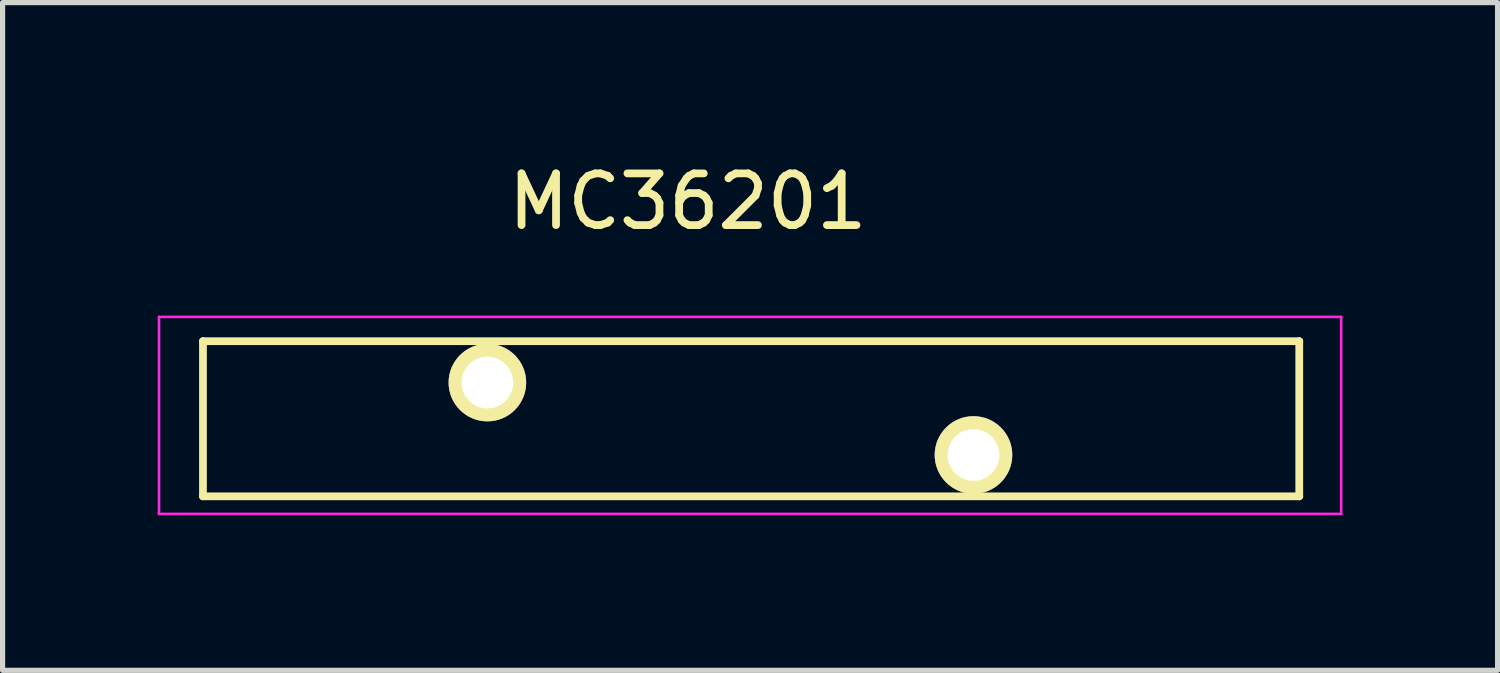
<source format=kicad_pcb>
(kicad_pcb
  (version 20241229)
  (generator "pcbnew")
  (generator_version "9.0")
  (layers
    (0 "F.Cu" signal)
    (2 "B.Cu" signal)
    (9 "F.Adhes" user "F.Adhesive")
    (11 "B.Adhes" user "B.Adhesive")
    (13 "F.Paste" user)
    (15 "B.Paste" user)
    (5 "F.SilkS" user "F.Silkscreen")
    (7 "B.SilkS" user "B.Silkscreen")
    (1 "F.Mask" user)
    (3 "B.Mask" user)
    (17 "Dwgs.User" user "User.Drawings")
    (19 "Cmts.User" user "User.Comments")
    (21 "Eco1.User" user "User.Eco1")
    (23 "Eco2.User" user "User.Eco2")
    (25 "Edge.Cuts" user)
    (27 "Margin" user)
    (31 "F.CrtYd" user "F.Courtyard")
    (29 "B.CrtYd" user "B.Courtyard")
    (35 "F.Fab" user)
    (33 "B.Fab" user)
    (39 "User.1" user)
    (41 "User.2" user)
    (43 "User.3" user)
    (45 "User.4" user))
  (footprint "MC36201"
    (layer "F.Cu")
    (at 6.375 4.348)
    (property "Reference" "MC36201" (at 3.875 -3.5 0) (layer "F.SilkS") (effects (font (size 1 1) (thickness 0.15))))
    (attr through_hole)
    (fp_line (start -5.5 -0.8) (end 15.7 -0.8) (stroke (width 0.15) (type solid)) (layer "F.SilkS"))
    (fp_line (start -5.5 2.2) (end -5.5 -0.8) (stroke (width 0.15) (type solid)) (layer "F.SilkS"))
    (fp_line (start 15.7 -0.8) (end 15.7 2.2) (stroke (width 0.15) (type solid)) (layer "F.SilkS"))
    (fp_line (start 15.7 2.2) (end -5.5 2.2) (stroke (width 0.15) (type solid)) (layer "F.SilkS"))
    (fp_line (start -6.35 -1.27) (end 16.51 -1.27) (stroke (width 0.05) (type solid)) (layer "F.CrtYd"))
    (fp_line (start -6.35 2.54) (end -6.35 -1.27) (stroke (width 0.05) (type solid)) (layer "F.CrtYd"))
    (fp_line (start 16.51 -1.27) (end 16.51 2.54) (stroke (width 0.05) (type solid)) (layer "F.CrtYd"))
    (fp_line (start 16.51 2.54) (end -6.35 2.54) (stroke (width 0.05) (type solid)) (layer "F.CrtYd"))
    (pad "1" thru_hole circle (at 0 0) (size 1.5 1.5) (drill 1) (layers "*.Cu" "*.Mask" "F.SilkS"))
    (pad "2" thru_hole circle (at 9.4 1.4) (size 1.5 1.5) (drill 1) (layers "*.Cu" "*.Mask" "F.SilkS")))
  (gr_rect
    (start -3 -3)
    (end 25.91 9.913)
    (stroke (width 0.1) (type default))
    (fill no)
    (layer "Edge.Cuts")))
</source>
